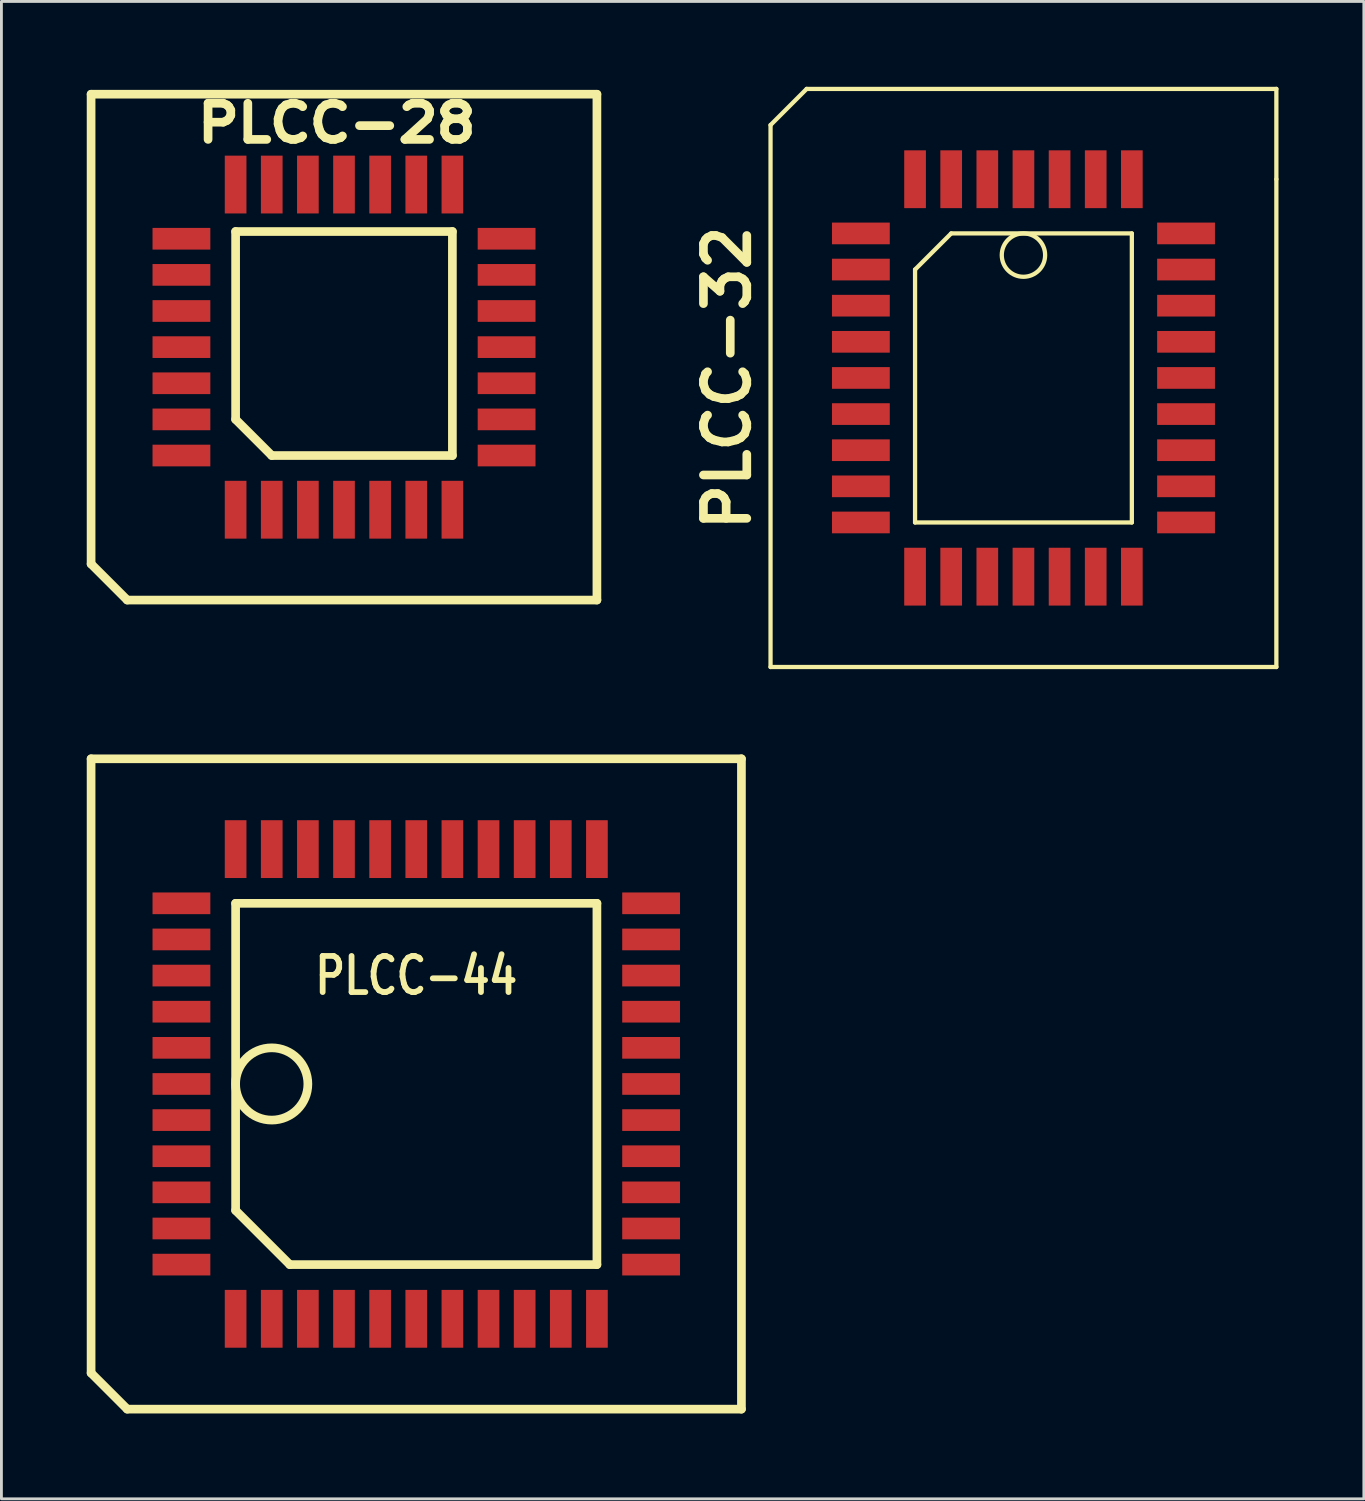
<source format=kicad_pcb>
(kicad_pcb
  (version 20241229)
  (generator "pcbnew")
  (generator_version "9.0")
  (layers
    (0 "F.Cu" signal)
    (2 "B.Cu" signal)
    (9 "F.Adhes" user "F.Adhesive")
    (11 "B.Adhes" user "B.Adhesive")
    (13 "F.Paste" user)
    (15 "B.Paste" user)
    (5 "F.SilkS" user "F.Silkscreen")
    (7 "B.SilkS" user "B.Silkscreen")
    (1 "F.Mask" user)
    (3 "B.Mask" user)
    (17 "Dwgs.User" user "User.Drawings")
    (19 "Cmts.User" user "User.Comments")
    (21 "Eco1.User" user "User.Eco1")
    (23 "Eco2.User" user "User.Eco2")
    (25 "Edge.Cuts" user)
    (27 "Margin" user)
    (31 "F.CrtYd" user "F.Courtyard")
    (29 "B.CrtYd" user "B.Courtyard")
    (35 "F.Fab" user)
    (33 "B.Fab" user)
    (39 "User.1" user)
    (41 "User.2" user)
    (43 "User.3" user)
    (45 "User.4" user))
  (footprint "PLCC-28"
    (layer "F.Cu")
    (at 9.042 9.152)
    (property "Reference" "PLCC-28" (at -0.254 -7.874 0) (layer "F.SilkS") (effects (font (size 1.27 1.397) (thickness 0.305))))
    (attr smd)
    (fp_line (start -8.89 7.62) (end -8.89 -8.89) (stroke (width 0.305) (type solid)) (layer "F.SilkS"))
    (fp_line (start -8.89 7.62) (end -7.62 8.89) (stroke (width 0.305) (type solid)) (layer "F.SilkS"))
    (fp_line (start -7.62 8.89) (end 8.89 8.89) (stroke (width 0.305) (type solid)) (layer "F.SilkS"))
    (fp_line (start -3.81 -4.064) (end -3.81 2.54) (stroke (width 0.305) (type solid)) (layer "F.SilkS"))
    (fp_line (start -3.81 -4.064) (end 3.81 -4.064) (stroke (width 0.305) (type solid)) (layer "F.SilkS"))
    (fp_line (start -3.81 2.54) (end -2.54 3.81) (stroke (width 0.305) (type solid)) (layer "F.SilkS"))
    (fp_line (start 3.81 -4.064) (end 3.81 3.81) (stroke (width 0.305) (type solid)) (layer "F.SilkS"))
    (fp_line (start 3.81 3.81) (end -2.54 3.81) (stroke (width 0.305) (type solid)) (layer "F.SilkS"))
    (fp_line (start 8.89 -8.89) (end -8.89 -8.89) (stroke (width 0.305) (type solid)) (layer "F.SilkS"))
    (fp_line (start 8.89 8.89) (end 8.89 -8.89) (stroke (width 0.305) (type solid)) (layer "F.SilkS"))
    (pad "1" smd rect (at -5.715 0) (size 2.032 0.762) (layers "F.Cu" "F.Mask" "F.Paste"))
    (pad "2" smd rect (at -5.715 1.27) (size 2.032 0.762) (layers "F.Cu" "F.Mask" "F.Paste"))
    (pad "3" smd rect (at -5.715 2.54) (size 2.032 0.762) (layers "F.Cu" "F.Mask" "F.Paste"))
    (pad "4" smd rect (at -5.715 3.81) (size 2.032 0.762) (layers "F.Cu" "F.Mask" "F.Paste"))
    (pad "5" smd rect (at -3.81 5.715) (size 0.762 2.032) (layers "F.Cu" "F.Mask" "F.Paste"))
    (pad "6" smd rect (at -2.54 5.715) (size 0.762 2.032) (layers "F.Cu" "F.Mask" "F.Paste"))
    (pad "7" smd rect (at -1.27 5.715) (size 0.762 2.032) (layers "F.Cu" "F.Mask" "F.Paste"))
    (pad "8" smd rect (at 0 5.715) (size 0.762 2.032) (layers "F.Cu" "F.Mask" "F.Paste"))
    (pad "9" smd rect (at 1.27 5.715) (size 0.762 2.032) (layers "F.Cu" "F.Mask" "F.Paste"))
    (pad "10" smd rect (at 2.54 5.715) (size 0.762 2.032) (layers "F.Cu" "F.Mask" "F.Paste"))
    (pad "11" smd rect (at 3.81 5.715) (size 0.762 2.032) (layers "F.Cu" "F.Mask" "F.Paste"))
    (pad "12" smd rect (at 5.715 3.81) (size 2.032 0.762) (layers "F.Cu" "F.Mask" "F.Paste"))
    (pad "13" smd rect (at 5.715 2.54) (size 2.032 0.762) (layers "F.Cu" "F.Mask" "F.Paste"))
    (pad "14" smd rect (at 5.715 1.27) (size 2.032 0.762) (layers "F.Cu" "F.Mask" "F.Paste"))
    (pad "15" smd rect (at 5.715 0) (size 2.032 0.762) (layers "F.Cu" "F.Mask" "F.Paste"))
    (pad "16" smd rect (at 5.715 -1.27) (size 2.032 0.762) (layers "F.Cu" "F.Mask" "F.Paste"))
    (pad "17" smd rect (at 5.715 -2.54) (size 2.032 0.762) (layers "F.Cu" "F.Mask" "F.Paste"))
    (pad "18" smd rect (at 5.715 -3.81) (size 2.032 0.762) (layers "F.Cu" "F.Mask" "F.Paste"))
    (pad "19" smd rect (at 3.81 -5.715) (size 0.762 2.032) (layers "F.Cu" "F.Mask" "F.Paste"))
    (pad "20" smd rect (at 2.54 -5.715) (size 0.762 2.032) (layers "F.Cu" "F.Mask" "F.Paste"))
    (pad "21" smd rect (at 1.27 -5.715) (size 0.762 2.032) (layers "F.Cu" "F.Mask" "F.Paste"))
    (pad "22" smd rect (at 0 -5.715) (size 0.762 2.032) (layers "F.Cu" "F.Mask" "F.Paste"))
    (pad "23" smd rect (at -1.27 -5.715) (size 0.762 2.032) (layers "F.Cu" "F.Mask" "F.Paste"))
    (pad "24" smd rect (at -2.54 -5.715) (size 0.762 2.032) (layers "F.Cu" "F.Mask" "F.Paste"))
    (pad "25" smd rect (at -3.81 -5.715) (size 0.762 2.032) (layers "F.Cu" "F.Mask" "F.Paste"))
    (pad "26" smd rect (at -5.715 -3.81) (size 2.032 0.762) (layers "F.Cu" "F.Mask" "F.Paste"))
    (pad "27" smd rect (at -5.715 -2.54) (size 2.032 0.762) (layers "F.Cu" "F.Mask" "F.Paste"))
    (pad "28" smd rect (at -5.715 -1.27) (size 2.032 0.762) (layers "F.Cu" "F.Mask" "F.Paste")))
  (footprint "PLCC-32"
    (layer "F.Cu")
    (at 32.925 10.235)
    (property "Reference" "PLCC-32" (at -10.414 0 90) (layer "F.SilkS") (effects (font (size 1.524 1.524) (thickness 0.305))))
    (attr smd)
    (fp_line (start -8.89 -8.89) (end -7.62 -10.16) (stroke (width 0.15) (type solid)) (layer "F.SilkS"))
    (fp_line (start -8.89 10.16) (end -8.89 -8.89) (stroke (width 0.15) (type solid)) (layer "F.SilkS"))
    (fp_line (start -7.62 -10.16) (end 8.89 -10.16) (stroke (width 0.15) (type solid)) (layer "F.SilkS"))
    (fp_line (start -3.81 -3.81) (end -3.81 5.08) (stroke (width 0.15) (type solid)) (layer "F.SilkS"))
    (fp_line (start -3.81 5.08) (end 3.81 5.08) (stroke (width 0.15) (type solid)) (layer "F.SilkS"))
    (fp_line (start -2.54 -5.08) (end -3.81 -3.81) (stroke (width 0.15) (type solid)) (layer "F.SilkS"))
    (fp_line (start 3.81 -5.08) (end -2.54 -5.08) (stroke (width 0.15) (type solid)) (layer "F.SilkS"))
    (fp_line (start 3.81 5.08) (end 3.81 -5.08) (stroke (width 0.15) (type solid)) (layer "F.SilkS"))
    (fp_line (start 8.89 -10.16) (end 8.89 -6.985) (stroke (width 0.15) (type solid)) (layer "F.SilkS"))
    (fp_line (start 8.89 -6.985) (end 8.89 10.16) (stroke (width 0.15) (type solid)) (layer "F.SilkS"))
    (fp_line (start 8.89 10.16) (end -8.89 10.16) (stroke (width 0.15) (type solid)) (layer "F.SilkS"))
    (fp_circle (center 0 -4.318) (end 0 -5.08) (stroke (width 0.15) (type solid)) (fill no) (layer "F.SilkS"))
    (pad "1" smd rect (at 0 -6.985) (size 0.762 2.032) (layers "F.Cu" "F.Mask" "F.Paste"))
    (pad "2" smd rect (at -1.27 -6.985) (size 0.762 2.032) (layers "F.Cu" "F.Mask" "F.Paste"))
    (pad "3" smd rect (at -2.54 -6.985) (size 0.762 2.032) (layers "F.Cu" "F.Mask" "F.Paste"))
    (pad "4" smd rect (at -3.81 -6.985) (size 0.762 2.032) (layers "F.Cu" "F.Mask" "F.Paste"))
    (pad "5" smd rect (at -5.715 -5.08) (size 2.032 0.762) (layers "F.Cu" "F.Mask" "F.Paste"))
    (pad "6" smd rect (at -5.715 -3.81) (size 2.032 0.762) (layers "F.Cu" "F.Mask" "F.Paste"))
    (pad "7" smd rect (at -5.715 -2.54) (size 2.032 0.762) (layers "F.Cu" "F.Mask" "F.Paste"))
    (pad "8" smd rect (at -5.715 -1.27) (size 2.032 0.762) (layers "F.Cu" "F.Mask" "F.Paste"))
    (pad "9" smd rect (at -5.715 0) (size 2.032 0.762) (layers "F.Cu" "F.Mask" "F.Paste"))
    (pad "10" smd rect (at -5.715 1.27) (size 2.032 0.762) (layers "F.Cu" "F.Mask" "F.Paste"))
    (pad "11" smd rect (at -5.715 2.54) (size 2.032 0.762) (layers "F.Cu" "F.Mask" "F.Paste"))
    (pad "12" smd rect (at -5.715 3.81) (size 2.032 0.762) (layers "F.Cu" "F.Mask" "F.Paste"))
    (pad "13" smd rect (at -5.715 5.08) (size 2.032 0.762) (layers "F.Cu" "F.Mask" "F.Paste"))
    (pad "14" smd rect (at -3.81 6.985) (size 0.762 2.032) (layers "F.Cu" "F.Mask" "F.Paste"))
    (pad "15" smd rect (at -2.54 6.985) (size 0.762 2.032) (layers "F.Cu" "F.Mask" "F.Paste"))
    (pad "16" smd rect (at -1.27 6.985) (size 0.762 2.032) (layers "F.Cu" "F.Mask" "F.Paste"))
    (pad "17" smd rect (at 0 6.985) (size 0.762 2.032) (layers "F.Cu" "F.Mask" "F.Paste"))
    (pad "18" smd rect (at 1.27 6.985) (size 0.762 2.032) (layers "F.Cu" "F.Mask" "F.Paste"))
    (pad "19" smd rect (at 2.54 6.985) (size 0.762 2.032) (layers "F.Cu" "F.Mask" "F.Paste"))
    (pad "20" smd rect (at 3.81 6.985) (size 0.762 2.032) (layers "F.Cu" "F.Mask" "F.Paste"))
    (pad "21" smd rect (at 5.715 5.08) (size 2.032 0.762) (layers "F.Cu" "F.Mask" "F.Paste"))
    (pad "22" smd rect (at 5.715 3.81) (size 2.032 0.762) (layers "F.Cu" "F.Mask" "F.Paste"))
    (pad "23" smd rect (at 5.715 2.54) (size 2.032 0.762) (layers "F.Cu" "F.Mask" "F.Paste"))
    (pad "24" smd rect (at 5.715 1.27) (size 2.032 0.762) (layers "F.Cu" "F.Mask" "F.Paste"))
    (pad "25" smd rect (at 5.715 0) (size 2.032 0.762) (layers "F.Cu" "F.Mask" "F.Paste"))
    (pad "26" smd rect (at 5.715 -1.27) (size 2.032 0.762) (layers "F.Cu" "F.Mask" "F.Paste"))
    (pad "27" smd rect (at 5.715 -2.54) (size 2.032 0.762) (layers "F.Cu" "F.Mask" "F.Paste"))
    (pad "28" smd rect (at 5.715 -3.81) (size 2.032 0.762) (layers "F.Cu" "F.Mask" "F.Paste"))
    (pad "29" smd rect (at 5.715 -5.08) (size 2.032 0.762) (layers "F.Cu" "F.Mask" "F.Paste"))
    (pad "30" smd rect (at 3.81 -6.985) (size 0.762 2.032) (layers "F.Cu" "F.Mask" "F.Paste"))
    (pad "31" smd rect (at 2.54 -6.985) (size 0.762 2.032) (layers "F.Cu" "F.Mask" "F.Paste"))
    (pad "32" smd rect (at 1.27 -6.985) (size 0.762 2.032) (layers "F.Cu" "F.Mask" "F.Paste")))
  (footprint "PLCC-44"
    (layer "F.Cu")
    (at 11.582 35.052)
    (property "Reference" "PLCC-44" (at 0 -3.807 0) (layer "F.SilkS") (effects (font (size 1.27 1.016) (thickness 0.203))))
    (attr smd)
    (fp_line (start -11.43 -11.43) (end -11.43 10.16) (stroke (width 0.305) (type solid)) (layer "F.SilkS"))
    (fp_line (start -11.43 10.16) (end -10.16 11.43) (stroke (width 0.305) (type solid)) (layer "F.SilkS"))
    (fp_line (start -10.16 11.43) (end 11.43 11.43) (stroke (width 0.305) (type solid)) (layer "F.SilkS"))
    (fp_line (start -6.35 -6.35) (end 6.35 -6.35) (stroke (width 0.305) (type solid)) (layer "F.SilkS"))
    (fp_line (start -6.35 4.445) (end -6.35 -6.35) (stroke (width 0.305) (type solid)) (layer "F.SilkS"))
    (fp_line (start -4.445 6.35) (end -6.35 4.445) (stroke (width 0.305) (type solid)) (layer "F.SilkS"))
    (fp_line (start -4.445 6.35) (end 6.35 6.35) (stroke (width 0.305) (type solid)) (layer "F.SilkS"))
    (fp_line (start 6.35 -6.35) (end 6.35 6.35) (stroke (width 0.305) (type solid)) (layer "F.SilkS"))
    (fp_line (start 11.43 -11.43) (end -11.43 -11.43) (stroke (width 0.305) (type solid)) (layer "F.SilkS"))
    (fp_line (start 11.43 11.43) (end 11.43 -11.43) (stroke (width 0.305) (type solid)) (layer "F.SilkS"))
    (fp_circle (center -5.08 0) (end -6.35 0) (stroke (width 0.305) (type solid)) (fill no) (layer "F.SilkS"))
    (pad "1" smd rect (at -8.255 0) (size 2.032 0.762) (layers "F.Cu" "F.Mask" "F.Paste"))
    (pad "2" smd rect (at -8.255 1.27) (size 2.032 0.762) (layers "F.Cu" "F.Mask" "F.Paste"))
    (pad "3" smd rect (at -8.255 2.54) (size 2.032 0.762) (layers "F.Cu" "F.Mask" "F.Paste"))
    (pad "4" smd rect (at -8.255 3.81) (size 2.032 0.762) (layers "F.Cu" "F.Mask" "F.Paste"))
    (pad "5" smd rect (at -8.255 5.08) (size 2.032 0.762) (layers "F.Cu" "F.Mask" "F.Paste"))
    (pad "6" smd rect (at -8.255 6.35) (size 2.032 0.762) (layers "F.Cu" "F.Mask" "F.Paste"))
    (pad "7" smd rect (at -6.35 8.255) (size 0.762 2.032) (layers "F.Cu" "F.Mask" "F.Paste"))
    (pad "8" smd rect (at -5.08 8.255) (size 0.762 2.032) (layers "F.Cu" "F.Mask" "F.Paste"))
    (pad "9" smd rect (at -3.81 8.255) (size 0.762 2.032) (layers "F.Cu" "F.Mask" "F.Paste"))
    (pad "10" smd rect (at -2.54 8.255) (size 0.762 2.032) (layers "F.Cu" "F.Mask" "F.Paste"))
    (pad "11" smd rect (at -1.27 8.255) (size 0.762 2.032) (layers "F.Cu" "F.Mask" "F.Paste"))
    (pad "12" smd rect (at 0 8.255) (size 0.762 2.032) (layers "F.Cu" "F.Mask" "F.Paste"))
    (pad "13" smd rect (at 1.27 8.255) (size 0.762 2.032) (layers "F.Cu" "F.Mask" "F.Paste"))
    (pad "14" smd rect (at 2.54 8.255) (size 0.762 2.032) (layers "F.Cu" "F.Mask" "F.Paste"))
    (pad "15" smd rect (at 3.81 8.255) (size 0.762 2.032) (layers "F.Cu" "F.Mask" "F.Paste"))
    (pad "16" smd rect (at 5.08 8.255) (size 0.762 2.032) (layers "F.Cu" "F.Mask" "F.Paste"))
    (pad "17" smd rect (at 6.35 8.255) (size 0.762 2.032) (layers "F.Cu" "F.Mask" "F.Paste"))
    (pad "18" smd rect (at 8.255 6.35) (size 2.032 0.762) (layers "F.Cu" "F.Mask" "F.Paste"))
    (pad "19" smd rect (at 8.255 5.08) (size 2.032 0.762) (layers "F.Cu" "F.Mask" "F.Paste"))
    (pad "20" smd rect (at 8.255 3.81) (size 2.032 0.762) (layers "F.Cu" "F.Mask" "F.Paste"))
    (pad "21" smd rect (at 8.255 2.54) (size 2.032 0.762) (layers "F.Cu" "F.Mask" "F.Paste"))
    (pad "22" smd rect (at 8.255 1.27) (size 2.032 0.762) (layers "F.Cu" "F.Mask" "F.Paste"))
    (pad "23" smd rect (at 8.255 0) (size 2.032 0.762) (layers "F.Cu" "F.Mask" "F.Paste"))
    (pad "24" smd rect (at 8.255 -1.27) (size 2.032 0.762) (layers "F.Cu" "F.Mask" "F.Paste"))
    (pad "25" smd rect (at 8.255 -2.54) (size 2.032 0.762) (layers "F.Cu" "F.Mask" "F.Paste"))
    (pad "26" smd rect (at 8.255 -3.81) (size 2.032 0.762) (layers "F.Cu" "F.Mask" "F.Paste"))
    (pad "27" smd rect (at 8.255 -5.08) (size 2.032 0.762) (layers "F.Cu" "F.Mask" "F.Paste"))
    (pad "28" smd rect (at 8.255 -6.35) (size 2.032 0.762) (layers "F.Cu" "F.Mask" "F.Paste"))
    (pad "29" smd rect (at 6.35 -8.255) (size 0.762 2.032) (layers "F.Cu" "F.Mask" "F.Paste"))
    (pad "30" smd rect (at 5.08 -8.255) (size 0.762 2.032) (layers "F.Cu" "F.Mask" "F.Paste"))
    (pad "31" smd rect (at 3.81 -8.255) (size 0.762 2.032) (layers "F.Cu" "F.Mask" "F.Paste"))
    (pad "32" smd rect (at 2.54 -8.255) (size 0.762 2.032) (layers "F.Cu" "F.Mask" "F.Paste"))
    (pad "33" smd rect (at 1.27 -8.255) (size 0.762 2.032) (layers "F.Cu" "F.Mask" "F.Paste"))
    (pad "34" smd rect (at 0 -8.255) (size 0.762 2.032) (layers "F.Cu" "F.Mask" "F.Paste"))
    (pad "35" smd rect (at -1.27 -8.255) (size 0.762 2.032) (layers "F.Cu" "F.Mask" "F.Paste"))
    (pad "36" smd rect (at -2.54 -8.255) (size 0.762 2.032) (layers "F.Cu" "F.Mask" "F.Paste"))
    (pad "37" smd rect (at -3.81 -8.255) (size 0.762 2.032) (layers "F.Cu" "F.Mask" "F.Paste"))
    (pad "38" smd rect (at -5.08 -8.255) (size 0.762 2.032) (layers "F.Cu" "F.Mask" "F.Paste"))
    (pad "39" smd rect (at -6.35 -8.255) (size 0.762 2.032) (layers "F.Cu" "F.Mask" "F.Paste"))
    (pad "40" smd rect (at -8.255 -6.35) (size 2.032 0.762) (layers "F.Cu" "F.Mask" "F.Paste"))
    (pad "41" smd rect (at -8.255 -5.08) (size 2.032 0.762) (layers "F.Cu" "F.Mask" "F.Paste"))
    (pad "42" smd rect (at -8.255 -3.81) (size 2.032 0.762) (layers "F.Cu" "F.Mask" "F.Paste"))
    (pad "43" smd rect (at -8.255 -2.54) (size 2.032 0.762) (layers "F.Cu" "F.Mask" "F.Paste"))
    (pad "44" smd rect (at -8.255 -1.27) (size 2.032 0.762) (layers "F.Cu" "F.Mask" "F.Paste")))
  (gr_rect
    (start -3 -3)
    (end 44.89 49.635)
    (stroke (width 0.1) (type default))
    (fill no)
    (layer "Edge.Cuts")))
</source>
